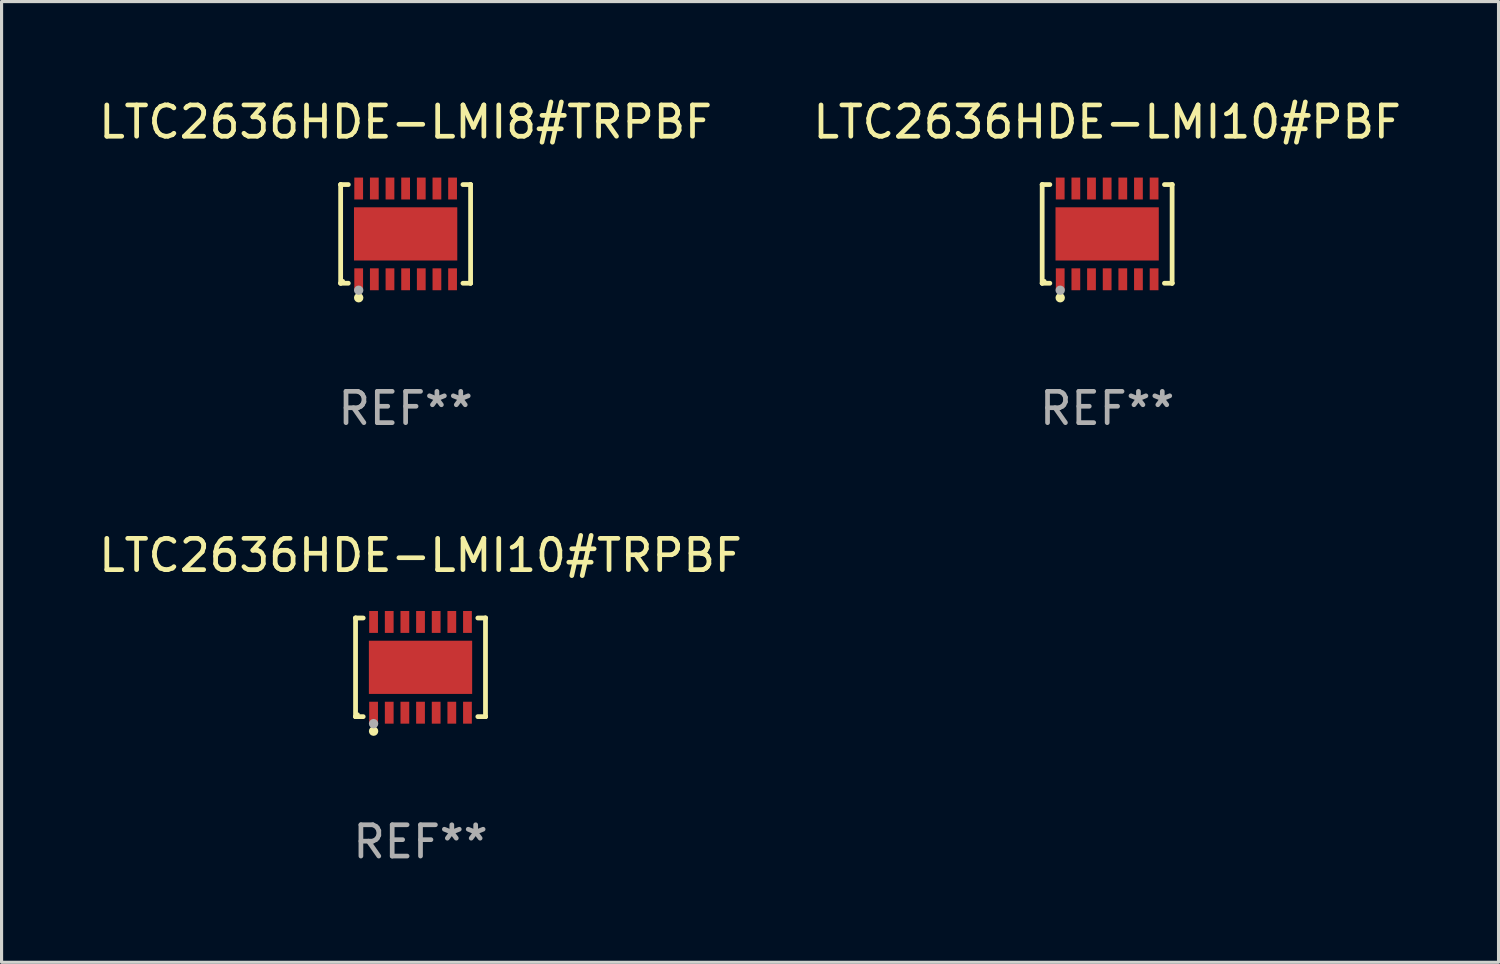
<source format=kicad_pcb>
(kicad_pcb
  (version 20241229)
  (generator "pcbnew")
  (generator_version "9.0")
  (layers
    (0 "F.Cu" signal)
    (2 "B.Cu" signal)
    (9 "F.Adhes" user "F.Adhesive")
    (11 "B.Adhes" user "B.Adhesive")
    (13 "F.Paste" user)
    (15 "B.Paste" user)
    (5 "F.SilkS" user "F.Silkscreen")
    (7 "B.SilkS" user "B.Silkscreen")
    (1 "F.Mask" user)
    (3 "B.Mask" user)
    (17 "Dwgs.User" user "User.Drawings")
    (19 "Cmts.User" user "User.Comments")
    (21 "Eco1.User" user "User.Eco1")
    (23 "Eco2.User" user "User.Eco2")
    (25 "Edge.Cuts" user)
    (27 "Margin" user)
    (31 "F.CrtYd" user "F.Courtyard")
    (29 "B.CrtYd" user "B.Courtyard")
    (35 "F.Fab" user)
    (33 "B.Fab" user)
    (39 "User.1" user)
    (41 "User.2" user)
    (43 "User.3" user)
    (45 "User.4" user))
  (footprint "LTC2636HDE-LMI8#TRPBF"
    (layer "F.Cu")
    (at 9.911 4.424)
    (property "Reference" "LTC2636HDE-LMI8#TRPBF" (at 0 -3.576 0) (layer "F.SilkS") (effects (font (size 1 1) (thickness 0.15))))
    (attr through_hole)
    (fp_line (start -2.076 -1.576) (end -2.076 -1.576) (stroke (width 0.152) (type solid)) (layer "F.SilkS"))
    (fp_line (start -2.076 -1.576) (end -1.831 -1.576) (stroke (width 0.152) (type solid)) (layer "F.SilkS"))
    (fp_line (start -2.076 1.576) (end -2.076 -1.576) (stroke (width 0.152) (type solid)) (layer "F.SilkS"))
    (fp_line (start -2.076 1.576) (end -2.076 1.576) (stroke (width 0.152) (type solid)) (layer "F.SilkS"))
    (fp_line (start -1.831 1.576) (end -2.076 1.576) (stroke (width 0.152) (type solid)) (layer "F.SilkS"))
    (fp_line (start 1.831 1.576) (end 2.076 1.576) (stroke (width 0.152) (type solid)) (layer "F.SilkS"))
    (fp_line (start 2.076 -1.576) (end 1.831 -1.576) (stroke (width 0.152) (type solid)) (layer "F.SilkS"))
    (fp_line (start 2.076 -1.576) (end 2.076 -1.576) (stroke (width 0.152) (type solid)) (layer "F.SilkS"))
    (fp_line (start 2.076 1.576) (end 2.076 -1.576) (stroke (width 0.152) (type solid)) (layer "F.SilkS"))
    (fp_line (start 2.076 1.576) (end 2.076 1.576) (stroke (width 0.152) (type solid)) (layer "F.SilkS"))
    (fp_circle (center -2 1.5) (end -1.97 1.5) (stroke (width 0.06) (type solid)) (fill no) (layer "F.SilkS"))
    (fp_circle (center -1.5 2.04) (end -1.425 2.04) (stroke (width 0.15) (type solid)) (fill no) (layer "F.SilkS"))
    (fp_circle (center -1.5 1.8) (end -1.425 1.8) (stroke (width 0.15) (type solid)) (fill no) (layer "F.Fab"))
    (fp_text user "REF**" (at 0 5.576 0) (layer "F.Fab") (effects (font (size 1 1) (thickness 0.15))))
    (pad "1" smd rect (at -1.5 1.45) (size 0.28 0.7) (layers "F.Cu" "F.Mask" "F.Paste"))
    (pad "2" smd rect (at -1 1.45) (size 0.28 0.7) (layers "F.Cu" "F.Mask" "F.Paste"))
    (pad "3" smd rect (at -0.5 1.45) (size 0.28 0.7) (layers "F.Cu" "F.Mask" "F.Paste"))
    (pad "4" smd rect (at 0 1.45) (size 0.28 0.7) (layers "F.Cu" "F.Mask" "F.Paste"))
    (pad "5" smd rect (at 0.5 1.45) (size 0.28 0.7) (layers "F.Cu" "F.Mask" "F.Paste"))
    (pad "6" smd rect (at 1 1.45) (size 0.28 0.7) (layers "F.Cu" "F.Mask" "F.Paste"))
    (pad "7" smd rect (at 1.5 1.45) (size 0.28 0.7) (layers "F.Cu" "F.Mask" "F.Paste"))
    (pad "8" smd rect (at 1.5 -1.45) (size 0.28 0.7) (layers "F.Cu" "F.Mask" "F.Paste"))
    (pad "9" smd rect (at 1 -1.45) (size 0.28 0.7) (layers "F.Cu" "F.Mask" "F.Paste"))
    (pad "10" smd rect (at 0.5 -1.45) (size 0.28 0.7) (layers "F.Cu" "F.Mask" "F.Paste"))
    (pad "11" smd rect (at 0 -1.45) (size 0.28 0.7) (layers "F.Cu" "F.Mask" "F.Paste"))
    (pad "12" smd rect (at -0.5 -1.45) (size 0.28 0.7) (layers "F.Cu" "F.Mask" "F.Paste"))
    (pad "13" smd rect (at -1 -1.45) (size 0.28 0.7) (layers "F.Cu" "F.Mask" "F.Paste"))
    (pad "14" smd rect (at -1.5 -1.45) (size 0.28 0.7) (layers "F.Cu" "F.Mask" "F.Paste"))
    (pad "15" smd rect (at 0 0) (size 3.3 1.7) (layers "F.Cu" "F.Mask" "F.Paste")))
  (footprint "LTC2636HDE-LMI10#TRPBF"
    (layer "F.Cu")
    (at 10.387 18.273)
    (property "Reference" "LTC2636HDE-LMI10#TRPBF" (at 0 -3.576 0) (layer "F.SilkS") (effects (font (size 1 1) (thickness 0.15))))
    (attr through_hole)
    (fp_line (start -2.076 -1.576) (end -2.076 -1.576) (stroke (width 0.152) (type solid)) (layer "F.SilkS"))
    (fp_line (start -2.076 -1.576) (end -1.831 -1.576) (stroke (width 0.152) (type solid)) (layer "F.SilkS"))
    (fp_line (start -2.076 1.576) (end -2.076 -1.576) (stroke (width 0.152) (type solid)) (layer "F.SilkS"))
    (fp_line (start -2.076 1.576) (end -2.076 1.576) (stroke (width 0.152) (type solid)) (layer "F.SilkS"))
    (fp_line (start -1.831 1.576) (end -2.076 1.576) (stroke (width 0.152) (type solid)) (layer "F.SilkS"))
    (fp_line (start 1.831 1.576) (end 2.076 1.576) (stroke (width 0.152) (type solid)) (layer "F.SilkS"))
    (fp_line (start 2.076 -1.576) (end 1.831 -1.576) (stroke (width 0.152) (type solid)) (layer "F.SilkS"))
    (fp_line (start 2.076 -1.576) (end 2.076 -1.576) (stroke (width 0.152) (type solid)) (layer "F.SilkS"))
    (fp_line (start 2.076 1.576) (end 2.076 -1.576) (stroke (width 0.152) (type solid)) (layer "F.SilkS"))
    (fp_line (start 2.076 1.576) (end 2.076 1.576) (stroke (width 0.152) (type solid)) (layer "F.SilkS"))
    (fp_circle (center -2 1.5) (end -1.97 1.5) (stroke (width 0.06) (type solid)) (fill no) (layer "F.SilkS"))
    (fp_circle (center -1.5 2.04) (end -1.425 2.04) (stroke (width 0.15) (type solid)) (fill no) (layer "F.SilkS"))
    (fp_circle (center -1.5 1.8) (end -1.425 1.8) (stroke (width 0.15) (type solid)) (fill no) (layer "F.Fab"))
    (fp_text user "REF**" (at 0 5.576 0) (layer "F.Fab") (effects (font (size 1 1) (thickness 0.15))))
    (pad "1" smd rect (at -1.5 1.45) (size 0.28 0.7) (layers "F.Cu" "F.Mask" "F.Paste"))
    (pad "2" smd rect (at -1 1.45) (size 0.28 0.7) (layers "F.Cu" "F.Mask" "F.Paste"))
    (pad "3" smd rect (at -0.5 1.45) (size 0.28 0.7) (layers "F.Cu" "F.Mask" "F.Paste"))
    (pad "4" smd rect (at 0 1.45) (size 0.28 0.7) (layers "F.Cu" "F.Mask" "F.Paste"))
    (pad "5" smd rect (at 0.5 1.45) (size 0.28 0.7) (layers "F.Cu" "F.Mask" "F.Paste"))
    (pad "6" smd rect (at 1 1.45) (size 0.28 0.7) (layers "F.Cu" "F.Mask" "F.Paste"))
    (pad "7" smd rect (at 1.5 1.45) (size 0.28 0.7) (layers "F.Cu" "F.Mask" "F.Paste"))
    (pad "8" smd rect (at 1.5 -1.45) (size 0.28 0.7) (layers "F.Cu" "F.Mask" "F.Paste"))
    (pad "9" smd rect (at 1 -1.45) (size 0.28 0.7) (layers "F.Cu" "F.Mask" "F.Paste"))
    (pad "10" smd rect (at 0.5 -1.45) (size 0.28 0.7) (layers "F.Cu" "F.Mask" "F.Paste"))
    (pad "11" smd rect (at 0 -1.45) (size 0.28 0.7) (layers "F.Cu" "F.Mask" "F.Paste"))
    (pad "12" smd rect (at -0.5 -1.45) (size 0.28 0.7) (layers "F.Cu" "F.Mask" "F.Paste"))
    (pad "13" smd rect (at -1 -1.45) (size 0.28 0.7) (layers "F.Cu" "F.Mask" "F.Paste"))
    (pad "14" smd rect (at -1.5 -1.45) (size 0.28 0.7) (layers "F.Cu" "F.Mask" "F.Paste"))
    (pad "15" smd rect (at 0 0) (size 3.3 1.7) (layers "F.Cu" "F.Mask" "F.Paste")))
  (footprint "LTC2636HDE-LMI10#PBF"
    (layer "F.Cu")
    (at 32.327 4.424)
    (property "Reference" "LTC2636HDE-LMI10#PBF" (at 0 -3.576 0) (layer "F.SilkS") (effects (font (size 1 1) (thickness 0.15))))
    (attr through_hole)
    (fp_line (start -2.076 -1.576) (end -2.076 -1.576) (stroke (width 0.152) (type solid)) (layer "F.SilkS"))
    (fp_line (start -2.076 -1.576) (end -1.831 -1.576) (stroke (width 0.152) (type solid)) (layer "F.SilkS"))
    (fp_line (start -2.076 1.576) (end -2.076 -1.576) (stroke (width 0.152) (type solid)) (layer "F.SilkS"))
    (fp_line (start -2.076 1.576) (end -2.076 1.576) (stroke (width 0.152) (type solid)) (layer "F.SilkS"))
    (fp_line (start -1.831 1.576) (end -2.076 1.576) (stroke (width 0.152) (type solid)) (layer "F.SilkS"))
    (fp_line (start 1.831 1.576) (end 2.076 1.576) (stroke (width 0.152) (type solid)) (layer "F.SilkS"))
    (fp_line (start 2.076 -1.576) (end 1.831 -1.576) (stroke (width 0.152) (type solid)) (layer "F.SilkS"))
    (fp_line (start 2.076 -1.576) (end 2.076 -1.576) (stroke (width 0.152) (type solid)) (layer "F.SilkS"))
    (fp_line (start 2.076 1.576) (end 2.076 -1.576) (stroke (width 0.152) (type solid)) (layer "F.SilkS"))
    (fp_line (start 2.076 1.576) (end 2.076 1.576) (stroke (width 0.152) (type solid)) (layer "F.SilkS"))
    (fp_circle (center -2 1.5) (end -1.97 1.5) (stroke (width 0.06) (type solid)) (fill no) (layer "F.SilkS"))
    (fp_circle (center -1.5 2.04) (end -1.425 2.04) (stroke (width 0.15) (type solid)) (fill no) (layer "F.SilkS"))
    (fp_circle (center -1.5 1.8) (end -1.425 1.8) (stroke (width 0.15) (type solid)) (fill no) (layer "F.Fab"))
    (fp_text user "REF**" (at 0 5.576 0) (layer "F.Fab") (effects (font (size 1 1) (thickness 0.15))))
    (pad "1" smd rect (at -1.5 1.45) (size 0.28 0.7) (layers "F.Cu" "F.Mask" "F.Paste"))
    (pad "2" smd rect (at -1 1.45) (size 0.28 0.7) (layers "F.Cu" "F.Mask" "F.Paste"))
    (pad "3" smd rect (at -0.5 1.45) (size 0.28 0.7) (layers "F.Cu" "F.Mask" "F.Paste"))
    (pad "4" smd rect (at 0 1.45) (size 0.28 0.7) (layers "F.Cu" "F.Mask" "F.Paste"))
    (pad "5" smd rect (at 0.5 1.45) (size 0.28 0.7) (layers "F.Cu" "F.Mask" "F.Paste"))
    (pad "6" smd rect (at 1 1.45) (size 0.28 0.7) (layers "F.Cu" "F.Mask" "F.Paste"))
    (pad "7" smd rect (at 1.5 1.45) (size 0.28 0.7) (layers "F.Cu" "F.Mask" "F.Paste"))
    (pad "8" smd rect (at 1.5 -1.45) (size 0.28 0.7) (layers "F.Cu" "F.Mask" "F.Paste"))
    (pad "9" smd rect (at 1 -1.45) (size 0.28 0.7) (layers "F.Cu" "F.Mask" "F.Paste"))
    (pad "10" smd rect (at 0.5 -1.45) (size 0.28 0.7) (layers "F.Cu" "F.Mask" "F.Paste"))
    (pad "11" smd rect (at 0 -1.45) (size 0.28 0.7) (layers "F.Cu" "F.Mask" "F.Paste"))
    (pad "12" smd rect (at -0.5 -1.45) (size 0.28 0.7) (layers "F.Cu" "F.Mask" "F.Paste"))
    (pad "13" smd rect (at -1 -1.45) (size 0.28 0.7) (layers "F.Cu" "F.Mask" "F.Paste"))
    (pad "14" smd rect (at -1.5 -1.45) (size 0.28 0.7) (layers "F.Cu" "F.Mask" "F.Paste"))
    (pad "15" smd rect (at 0 0) (size 3.3 1.7) (layers "F.Cu" "F.Mask" "F.Paste")))
  (gr_rect
    (start -3 -3)
    (end 44.833 27.698)
    (stroke (width 0.1) (type default))
    (fill no)
    (layer "Edge.Cuts")))
</source>
